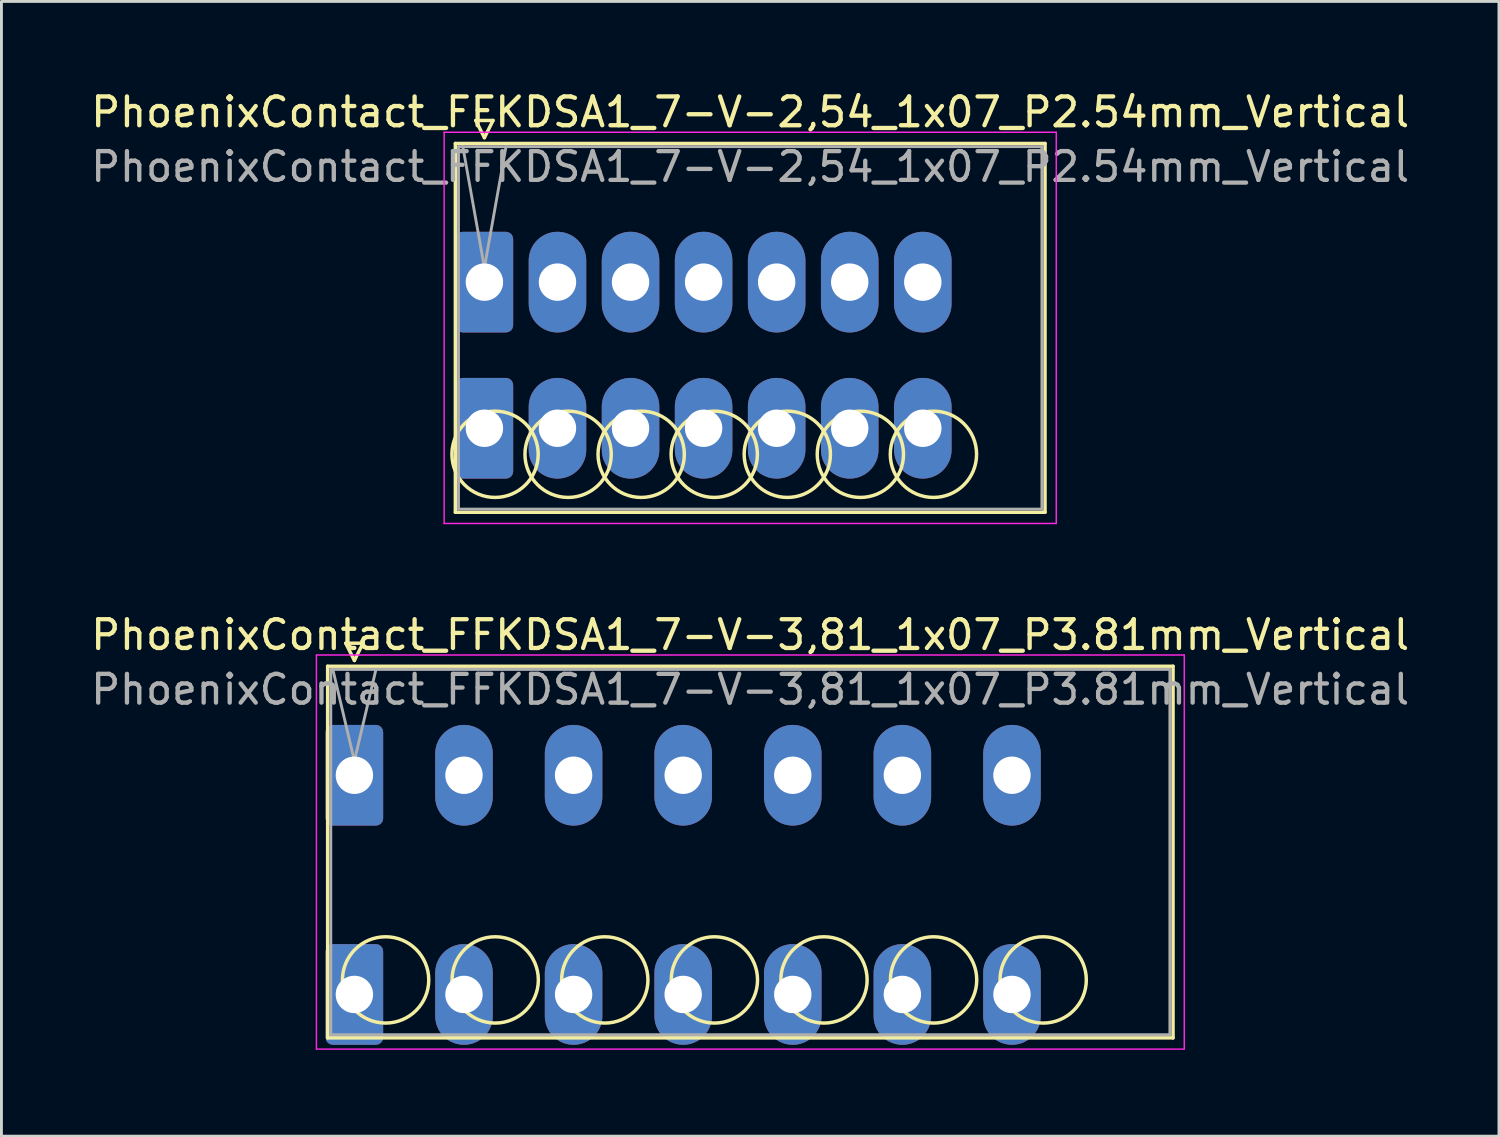
<source format=kicad_pcb>
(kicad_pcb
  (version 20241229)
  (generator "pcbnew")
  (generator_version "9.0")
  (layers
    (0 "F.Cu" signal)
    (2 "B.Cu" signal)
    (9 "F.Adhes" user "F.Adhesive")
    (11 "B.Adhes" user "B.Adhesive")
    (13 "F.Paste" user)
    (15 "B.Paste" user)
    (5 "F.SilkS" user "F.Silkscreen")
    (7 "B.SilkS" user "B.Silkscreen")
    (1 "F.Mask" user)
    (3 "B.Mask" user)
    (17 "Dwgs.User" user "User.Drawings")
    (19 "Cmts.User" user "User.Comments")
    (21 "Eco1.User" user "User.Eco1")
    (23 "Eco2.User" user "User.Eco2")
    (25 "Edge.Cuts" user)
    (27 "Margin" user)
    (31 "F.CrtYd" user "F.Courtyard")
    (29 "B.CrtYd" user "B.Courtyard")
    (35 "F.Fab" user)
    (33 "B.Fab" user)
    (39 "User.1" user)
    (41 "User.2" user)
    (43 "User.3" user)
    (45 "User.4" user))
  (footprint "PhoenixContact_FFKDSA1_7-V-2,54_1x07_P2.54mm_Vertical"
    (layer "F.Cu")
    (at 13.79 6.758)
    (property "Reference" "PhoenixContact_FFKDSA1_7-V-2,54_1x07_P2.54mm_Vertical" (at 9.24 -5.91 0) (layer "F.SilkS") (effects (font (size 1 1) (thickness 0.15))))
    (attr through_hole)
    (fp_line (start -1.01 -4.82) (end -1.01 8) (stroke (width 0.12) (type solid)) (layer "F.SilkS"))
    (fp_line (start -1.01 8) (end 19.49 8) (stroke (width 0.12) (type solid)) (layer "F.SilkS"))
    (fp_line (start -0.3 -5.62) (end 0.3 -5.62) (stroke (width 0.12) (type solid)) (layer "F.SilkS"))
    (fp_line (start 0 -5.02) (end -0.3 -5.62) (stroke (width 0.12) (type solid)) (layer "F.SilkS"))
    (fp_line (start 0.3 -5.62) (end 0 -5.02) (stroke (width 0.12) (type solid)) (layer "F.SilkS"))
    (fp_line (start 19.49 -4.82) (end -1.01 -4.82) (stroke (width 0.12) (type solid)) (layer "F.SilkS"))
    (fp_line (start 19.49 8) (end 19.49 -4.82) (stroke (width 0.12) (type solid)) (layer "F.SilkS"))
    (fp_circle (center 0.37 5.985) (end 1.87 5.985) (stroke (width 0.12) (type solid)) (fill no) (layer "F.SilkS"))
    (fp_circle (center 2.91 5.985) (end 4.41 5.985) (stroke (width 0.12) (type solid)) (fill no) (layer "F.SilkS"))
    (fp_circle (center 5.45 5.985) (end 6.95 5.985) (stroke (width 0.12) (type solid)) (fill no) (layer "F.SilkS"))
    (fp_circle (center 7.99 5.985) (end 9.49 5.985) (stroke (width 0.12) (type solid)) (fill no) (layer "F.SilkS"))
    (fp_circle (center 10.53 5.985) (end 12.03 5.985) (stroke (width 0.12) (type solid)) (fill no) (layer "F.SilkS"))
    (fp_circle (center 13.07 5.985) (end 14.57 5.985) (stroke (width 0.12) (type solid)) (fill no) (layer "F.SilkS"))
    (fp_circle (center 15.61 5.985) (end 17.11 5.985) (stroke (width 0.12) (type solid)) (fill no) (layer "F.SilkS"))
    (fp_line (start -1.4 -5.21) (end -1.4 8.39) (stroke (width 0.05) (type solid)) (layer "F.CrtYd"))
    (fp_line (start -1.4 8.39) (end 19.88 8.39) (stroke (width 0.05) (type solid)) (layer "F.CrtYd"))
    (fp_line (start 19.88 -5.21) (end -1.4 -5.21) (stroke (width 0.05) (type solid)) (layer "F.CrtYd"))
    (fp_line (start 19.88 8.39) (end 19.88 -5.21) (stroke (width 0.05) (type solid)) (layer "F.CrtYd"))
    (fp_line (start -0.9 -4.71) (end -0.9 7.89) (stroke (width 0.1) (type solid)) (layer "F.Fab"))
    (fp_line (start -0.9 7.89) (end 19.38 7.89) (stroke (width 0.1) (type solid)) (layer "F.Fab"))
    (fp_line (start 0 -0.5) (end -0.75 -4.71) (stroke (width 0.1) (type solid)) (layer "F.Fab"))
    (fp_line (start 0.75 -4.71) (end 0 -0.5) (stroke (width 0.1) (type solid)) (layer "F.Fab"))
    (fp_line (start 19.38 -4.71) (end -0.9 -4.71) (stroke (width 0.1) (type solid)) (layer "F.Fab"))
    (fp_line (start 19.38 7.89) (end 19.38 -4.71) (stroke (width 0.1) (type solid)) (layer "F.Fab"))
    (fp_text user "${REFERENCE}" (at 9.24 -4.01 0) (layer "F.Fab") (effects (font (size 1 1) (thickness 0.15))))
    (pad "1" thru_hole roundrect (at 0 0) (size 2 3.5) (drill 1.3) (layers "*.Cu" "*.Mask") (roundrect_rratio 0.125))
    (pad "1" thru_hole roundrect (at 0 5.08) (size 2 3.5) (drill 1.3) (layers "*.Cu" "*.Mask") (roundrect_rratio 0.125))
    (pad "2" thru_hole oval (at 2.54 0) (size 2 3.5) (drill 1.3) (layers "*.Cu" "*.Mask"))
    (pad "2" thru_hole oval (at 2.54 5.08) (size 2 3.5) (drill 1.3) (layers "*.Cu" "*.Mask"))
    (pad "3" thru_hole oval (at 5.08 0) (size 2 3.5) (drill 1.3) (layers "*.Cu" "*.Mask"))
    (pad "3" thru_hole oval (at 5.08 5.08) (size 2 3.5) (drill 1.3) (layers "*.Cu" "*.Mask"))
    (pad "4" thru_hole oval (at 7.62 0) (size 2 3.5) (drill 1.3) (layers "*.Cu" "*.Mask"))
    (pad "4" thru_hole oval (at 7.62 5.08) (size 2 3.5) (drill 1.3) (layers "*.Cu" "*.Mask"))
    (pad "5" thru_hole oval (at 10.16 0) (size 2 3.5) (drill 1.3) (layers "*.Cu" "*.Mask"))
    (pad "5" thru_hole oval (at 10.16 5.08) (size 2 3.5) (drill 1.3) (layers "*.Cu" "*.Mask"))
    (pad "6" thru_hole oval (at 12.7 0) (size 2 3.5) (drill 1.3) (layers "*.Cu" "*.Mask"))
    (pad "6" thru_hole oval (at 12.7 5.08) (size 2 3.5) (drill 1.3) (layers "*.Cu" "*.Mask"))
    (pad "7" thru_hole oval (at 15.24 0) (size 2 3.5) (drill 1.3) (layers "*.Cu" "*.Mask"))
    (pad "7" thru_hole oval (at 15.24 5.08) (size 2 3.5) (drill 1.3) (layers "*.Cu" "*.Mask")))
  (footprint "PhoenixContact_FFKDSA1_7-V-3,81_1x07_P3.81mm_Vertical"
    (layer "F.Cu")
    (at 9.27 23.901)
    (property "Reference" "PhoenixContact_FFKDSA1_7-V-3,81_1x07_P3.81mm_Vertical" (at 13.76 -4.88 0) (layer "F.SilkS") (effects (font (size 1 1) (thickness 0.15))))
    (attr through_hole)
    (fp_line (start -0.93 -3.79) (end -0.93 9.13) (stroke (width 0.12) (type solid)) (layer "F.SilkS"))
    (fp_line (start -0.93 9.13) (end 28.46 9.13) (stroke (width 0.12) (type solid)) (layer "F.SilkS"))
    (fp_line (start -0.3 -4.59) (end 0.3 -4.59) (stroke (width 0.12) (type solid)) (layer "F.SilkS"))
    (fp_line (start 0 -3.99) (end -0.3 -4.59) (stroke (width 0.12) (type solid)) (layer "F.SilkS"))
    (fp_line (start 0.3 -4.59) (end 0 -3.99) (stroke (width 0.12) (type solid)) (layer "F.SilkS"))
    (fp_line (start 28.46 -3.79) (end -0.93 -3.79) (stroke (width 0.12) (type solid)) (layer "F.SilkS"))
    (fp_line (start 28.46 9.13) (end 28.46 -3.79) (stroke (width 0.12) (type solid)) (layer "F.SilkS"))
    (fp_circle (center 1.085 7.115) (end 2.585 7.115) (stroke (width 0.12) (type solid)) (fill no) (layer "F.SilkS"))
    (fp_circle (center 4.895 7.115) (end 6.395 7.115) (stroke (width 0.12) (type solid)) (fill no) (layer "F.SilkS"))
    (fp_circle (center 8.705 7.115) (end 10.205 7.115) (stroke (width 0.12) (type solid)) (fill no) (layer "F.SilkS"))
    (fp_circle (center 12.515 7.115) (end 14.015 7.115) (stroke (width 0.12) (type solid)) (fill no) (layer "F.SilkS"))
    (fp_circle (center 16.325 7.115) (end 17.825 7.115) (stroke (width 0.12) (type solid)) (fill no) (layer "F.SilkS"))
    (fp_circle (center 20.135 7.115) (end 21.635 7.115) (stroke (width 0.12) (type solid)) (fill no) (layer "F.SilkS"))
    (fp_circle (center 23.945 7.115) (end 25.445 7.115) (stroke (width 0.12) (type solid)) (fill no) (layer "F.SilkS"))
    (fp_line (start -1.32 -4.18) (end -1.32 9.52) (stroke (width 0.05) (type solid)) (layer "F.CrtYd"))
    (fp_line (start -1.32 9.52) (end 28.85 9.52) (stroke (width 0.05) (type solid)) (layer "F.CrtYd"))
    (fp_line (start 28.85 -4.18) (end -1.32 -4.18) (stroke (width 0.05) (type solid)) (layer "F.CrtYd"))
    (fp_line (start 28.85 9.52) (end 28.85 -4.18) (stroke (width 0.05) (type solid)) (layer "F.CrtYd"))
    (fp_line (start -0.82 -3.68) (end -0.82 9.02) (stroke (width 0.1) (type solid)) (layer "F.Fab"))
    (fp_line (start -0.82 9.02) (end 28.35 9.02) (stroke (width 0.1) (type solid)) (layer "F.Fab"))
    (fp_line (start 0 -0.5) (end -0.75 -3.68) (stroke (width 0.1) (type solid)) (layer "F.Fab"))
    (fp_line (start 0.75 -3.68) (end 0 -0.5) (stroke (width 0.1) (type solid)) (layer "F.Fab"))
    (fp_line (start 28.35 -3.68) (end -0.82 -3.68) (stroke (width 0.1) (type solid)) (layer "F.Fab"))
    (fp_line (start 28.35 9.02) (end 28.35 -3.68) (stroke (width 0.1) (type solid)) (layer "F.Fab"))
    (fp_text user "${REFERENCE}" (at 13.76 -2.98 0) (layer "F.Fab") (effects (font (size 1 1) (thickness 0.15))))
    (pad "1" thru_hole roundrect (at 0 0) (size 2 3.5) (drill 1.3) (layers "*.Cu" "*.Mask") (roundrect_rratio 0.125))
    (pad "1" thru_hole roundrect (at 0 7.62) (size 2 3.5) (drill 1.3) (layers "*.Cu" "*.Mask") (roundrect_rratio 0.125))
    (pad "2" thru_hole oval (at 3.81 0) (size 2 3.5) (drill 1.3) (layers "*.Cu" "*.Mask"))
    (pad "2" thru_hole oval (at 3.81 7.62) (size 2 3.5) (drill 1.3) (layers "*.Cu" "*.Mask"))
    (pad "3" thru_hole oval (at 7.62 0) (size 2 3.5) (drill 1.3) (layers "*.Cu" "*.Mask"))
    (pad "3" thru_hole oval (at 7.62 7.62) (size 2 3.5) (drill 1.3) (layers "*.Cu" "*.Mask"))
    (pad "4" thru_hole oval (at 11.43 0) (size 2 3.5) (drill 1.3) (layers "*.Cu" "*.Mask"))
    (pad "4" thru_hole oval (at 11.43 7.62) (size 2 3.5) (drill 1.3) (layers "*.Cu" "*.Mask"))
    (pad "5" thru_hole oval (at 15.24 0) (size 2 3.5) (drill 1.3) (layers "*.Cu" "*.Mask"))
    (pad "5" thru_hole oval (at 15.24 7.62) (size 2 3.5) (drill 1.3) (layers "*.Cu" "*.Mask"))
    (pad "6" thru_hole oval (at 19.05 0) (size 2 3.5) (drill 1.3) (layers "*.Cu" "*.Mask"))
    (pad "6" thru_hole oval (at 19.05 7.62) (size 2 3.5) (drill 1.3) (layers "*.Cu" "*.Mask"))
    (pad "7" thru_hole oval (at 22.86 0) (size 2 3.5) (drill 1.3) (layers "*.Cu" "*.Mask"))
    (pad "7" thru_hole oval (at 22.86 7.62) (size 2 3.5) (drill 1.3) (layers "*.Cu" "*.Mask")))
  (gr_rect
    (start -3 -3)
    (end 49.06 36.447)
    (stroke (width 0.1) (type default))
    (fill no)
    (layer "Edge.Cuts")))
</source>
